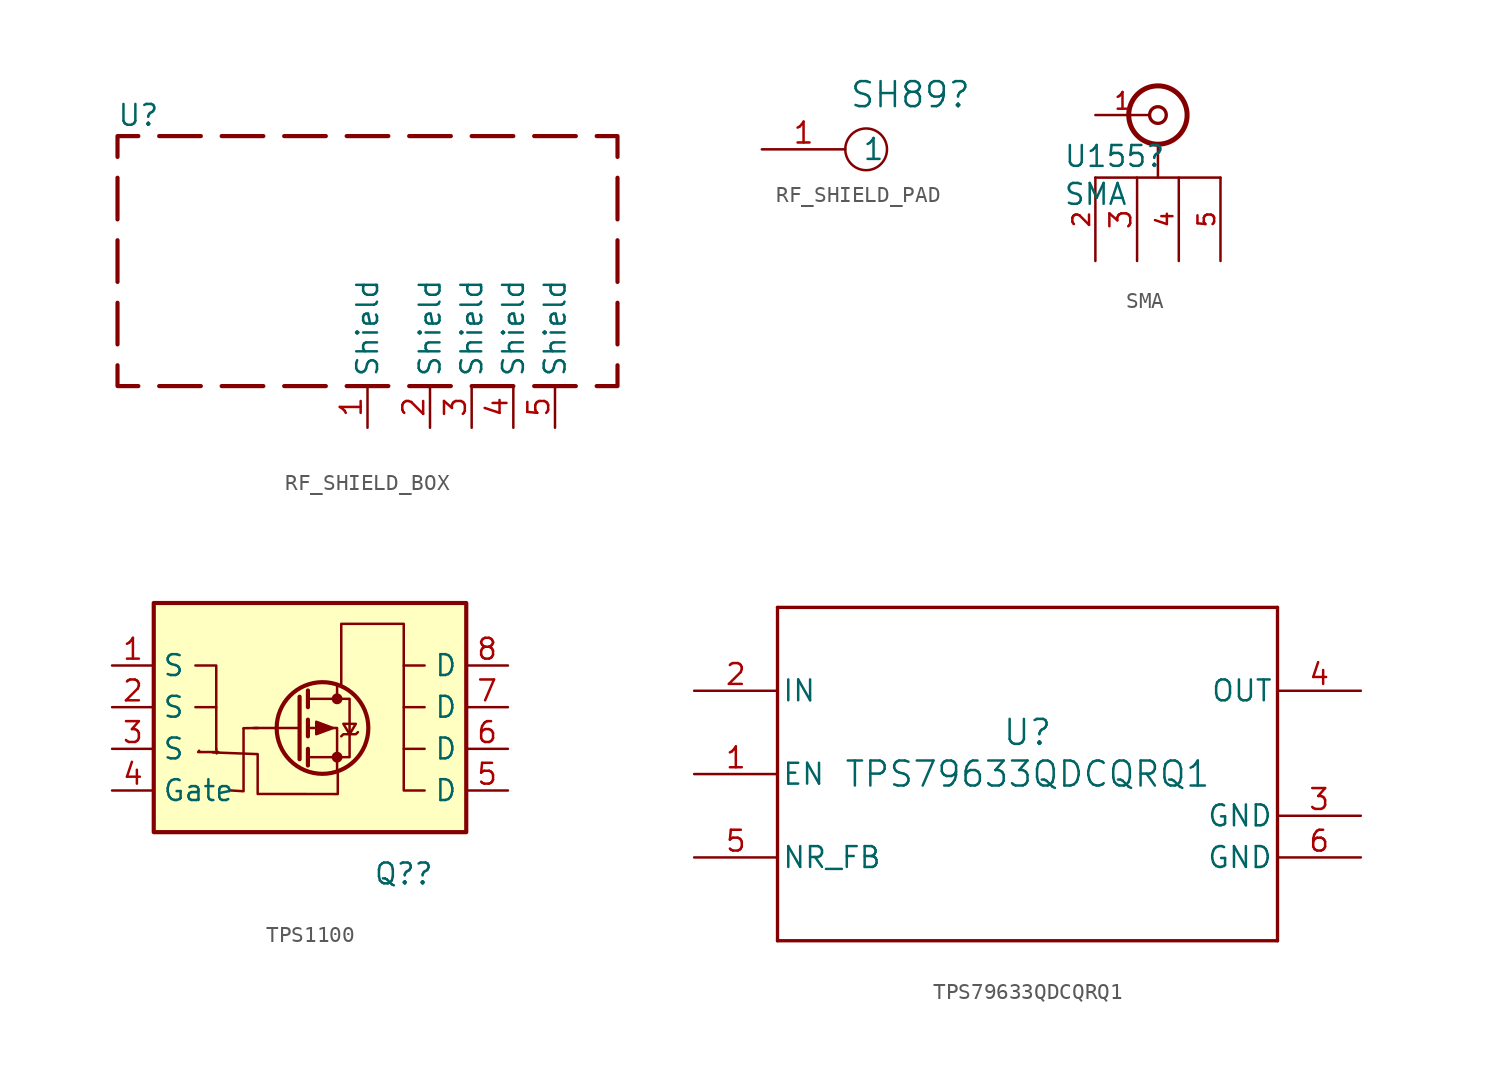
<source format=kicad_sym>
(kicad_symbol_lib
  (version 20241209)
  (generator "kicad_symbol_editor")
  (generator_version "9.0")
  (symbol "RF_SHIELD_BOX"
    (property "Reference" "U"
      (at -15.24 8.89 0)
      (effects (font (size 1.27 1.27))))
    (property "Value" ""
      (at -15.24 8.89 0)
      (effects (font (size 1.27 1.27))))
    (property "ki_locked" ""
      (at 0 0 0)
      (effects (font (size 1.27 1.27))))
    (symbol "RF_SHIELD_BOX_0_1"
      (polyline (pts (xy -16.51 6.35) (xy -16.51 7.62) (xy -15.24 7.62)) (stroke (width 0.254) (type default)) (fill (type none)))
      (polyline (pts (xy -16.51 2.54) (xy -16.51 5.08)) (stroke (width 0.254) (type default)) (fill (type none)))
      (polyline (pts (xy -16.51 -1.27) (xy -16.51 1.27)) (stroke (width 0.254) (type default)) (fill (type none)))
      (polyline (pts (xy -16.51 -5.08) (xy -16.51 -2.54)) (stroke (width 0.254) (type default)) (fill (type none)))
      (polyline (pts (xy -15.24 -7.62) (xy -16.51 -7.62) (xy -16.51 -6.35)) (stroke (width 0.254) (type default)) (fill (type none)))
      (polyline (pts (xy -13.97 7.62) (xy -11.43 7.62)) (stroke (width 0.254) (type default)) (fill (type none)))
      (polyline (pts (xy -11.43 -7.62) (xy -13.97 -7.62)) (stroke (width 0.254) (type default)) (fill (type none)))
      (polyline (pts (xy -7.62 7.62) (xy -10.16 7.62)) (stroke (width 0.254) (type default)) (fill (type none)))
      (polyline (pts (xy -7.62 -7.62) (xy -10.16 -7.62)) (stroke (width 0.254) (type default)) (fill (type none)))
      (polyline (pts (xy -3.81 7.62) (xy -6.35 7.62)) (stroke (width 0.254) (type default)) (fill (type none)))
      (polyline (pts (xy -3.81 -7.62) (xy -6.35 -7.62)) (stroke (width 0.254) (type default)) (fill (type none)))
      (polyline (pts (xy -2.54 -7.62) (xy 0 -7.62)) (stroke (width 0.254) (type default)) (fill (type none)))
      (polyline (pts (xy 0 7.62) (xy -2.54 7.62)) (stroke (width 0.254) (type default)) (fill (type none)))
      (polyline (pts (xy 1.27 -7.62) (xy 3.81 -7.62)) (stroke (width 0.254) (type default)) (fill (type none)))
      (polyline (pts (xy 3.81 7.62) (xy 1.27 7.62)) (stroke (width 0.254) (type default)) (fill (type none)))
      (polyline (pts (xy 5.08 -7.62) (xy 7.62 -7.62)) (stroke (width 0.254) (type default)) (fill (type none)))
      (polyline (pts (xy 7.62 7.62) (xy 5.08 7.62)) (stroke (width 0.254) (type default)) (fill (type none)))
      (polyline (pts (xy 8.89 -7.62) (xy 11.43 -7.62)) (stroke (width 0.254) (type default)) (fill (type none)))
      (polyline (pts (xy 11.43 7.62) (xy 8.89 7.62)) (stroke (width 0.254) (type default)) (fill (type none)))
      (polyline (pts (xy 12.7 -7.62) (xy 13.97 -7.62) (xy 13.97 -6.35)) (stroke (width 0.254) (type default)) (fill (type none)))
      (polyline (pts (xy 13.97 6.35) (xy 13.97 7.62) (xy 12.7 7.62)) (stroke (width 0.254) (type default)) (fill (type none)))
      (polyline (pts (xy 13.97 2.54) (xy 13.97 5.08)) (stroke (width 0.254) (type default)) (fill (type none)))
      (polyline (pts (xy 13.97 -1.27) (xy 13.97 1.27)) (stroke (width 0.254) (type default)) (fill (type none)))
      (polyline (pts (xy 13.97 -5.08) (xy 13.97 -2.54)) (stroke (width 0.254) (type default)) (fill (type none))))
    (symbol "RF_SHIELD_BOX_1_1"
      (pin power_in line (at -1.27 -10.16 90) (length 2.54) (name "Shield" (effects (font (size 1.27 1.27)))) (number "1" (effects (font (size 1.27 1.27)))))
      (pin power_in line (at 2.54 -10.16 90) (length 2.54) (name "Shield" (effects (font (size 1.27 1.27)))) (number "2" (effects (font (size 1.27 1.27)))))
      (pin power_in line (at 5.08 -10.16 90) (length 2.54) (name "Shield" (effects (font (size 1.27 1.27)))) (number "3" (effects (font (size 1.27 1.27)))))
      (pin power_in line (at 7.62 -10.16 90) (length 2.54) (name "Shield" (effects (font (size 1.27 1.27)))) (number "4" (effects (font (size 1.27 1.27)))))
      (pin power_in line (at 10.16 -10.16 90) (length 2.54) (name "Shield" (effects (font (size 1.27 1.27)))) (number "5" (effects (font (size 1.27 1.27)))))))
  (symbol "RF_SHIELD_PAD"
    (pin_names
      (offset 1.016))
    (property "Reference" "SH89"
      (at 2.692 3.327 0)
      (effects (font (size 1.524 1.524))))
    (symbol "RF_SHIELD_PAD_0_1"
      (circle (center 0 0) (radius 1.27) (stroke (width 0) (type default)) (fill (type none))))
    (symbol "RF_SHIELD_PAD_1_1"
      (pin input line (at -6.35 0 0) (length 5.08) (name "1" (effects (font (size 1.27 1.27)))) (number "1" (effects (font (size 1.27 1.27)))))))
  (symbol "SMA"
    (pin_names
      (offset 1.016)
      (hide yes))
    (property "Reference" "U155"
      (at -5.766 -2.515 0)
      (effects (font (size 1.27 1.27)) (justify left)))
    (property "Value" "SMA"
      (at -5.766 -4.826 0)
      (effects (font (size 1.27 1.27)) (justify left)))
    (property "Datasheet" ""
      (at 0 0 0)
      (effects (font (size 1.27 1.27))))
    (symbol "SMA_0_1"
      (polyline (pts (xy -3.81 -3.81) (xy 3.81 -3.81)) (stroke (width 0) (type default)) (fill (type none)))
      (circle (center 0 0) (radius 0.508) (stroke (width 0.203) (type default)) (fill (type none)))
      (circle (center 0 0) (radius 1.778) (stroke (width 0.305) (type default)) (fill (type none)))
      (polyline (pts (xy 0 -3.81) (xy 0 -1.778)) (stroke (width 0) (type default)) (fill (type none))))
    (symbol "SMA_1_1"
      (pin passive line (at -3.81 0 0) (length 3.302) (name "In" (effects (font (size 1.016 1.016)))) (number "1" (effects (font (size 1.016 1.016)))))
      (pin passive line (at -3.81 -8.89 90) (length 5.08) (name "Body" (effects (font (size 1.016 1.016)))) (number "2" (effects (font (size 1.016 1.016)))))
      (pin input line (at -1.27 -8.89 90) (length 5.08) (name "3" (effects (font (size 1.27 1.27)))) (number "3" (effects (font (size 1.27 1.27)))))
      (pin passive line (at 1.27 -8.89 90) (length 5.08) (name "4" (effects (font (size 1.016 1.016)))) (number "4" (effects (font (size 1.016 1.016)))))
      (pin passive line (at 3.81 -8.89 90) (length 5.08) (name "5" (effects (font (size 1.016 1.016)))) (number "5" (effects (font (size 1.016 1.016)))))))
  (symbol "TPS1100"
    (property "Reference" "Q?"
      (at 6.35 -8.89 0)
      (effects (font (size 1.27 1.27))))
    (property "Value" ""
      (at 1.016 0 0)
      (effects (font (size 1.27 1.27))))
    (symbol "TPS1100_0_1"
      (rectangle (start -8.89 7.62) (end 10.16 -6.35) (stroke (width 0.254) (type default)) (fill (type background)))
      (polyline (pts (xy -5.08 1.27) (xy -5.08 3.81) (xy -6.35 3.81)) (stroke (width 0) (type default)) (fill (type none)))
      (polyline (pts (xy -5.08 -1.27) (xy -5.08 1.27) (xy -6.35 1.27)) (stroke (width 0) (type default)) (fill (type none)))
      (polyline (pts (xy -5.08 -1.27) (xy -5.051 -1.549) (xy -5.031 -1.448)) (stroke (width 0) (type default)) (fill (type none)))
      (polyline (pts (xy -4.95 -1.468) (xy -6.184 -1.468) (xy -6.123 -1.387)) (stroke (width 0) (type default)) (fill (type none)))
      (polyline (pts (xy -3.416 -0.046) (xy -3.416 -3.856) (xy -4.242 -3.804)) (stroke (width 0) (type default)) (fill (type none)))
      (polyline (pts (xy -2.54 0) (xy -3.418 -0.012)) (stroke (width 0) (type default)) (fill (type none)))
      (polyline (pts (xy 0 1.905) (xy 0 -1.905)) (stroke (width 0.254) (type default)) (fill (type none)))
      (polyline (pts (xy 0 0) (xy -2.794 0)) (stroke (width 0) (type default)) (fill (type none)))
      (polyline (pts (xy 0.508 2.286) (xy 0.508 1.27)) (stroke (width 0.254) (type default)) (fill (type none)))
      (polyline (pts (xy 0.508 1.778) (xy 3.048 1.778) (xy 3.048 -1.778) (xy 0.508 -1.778)) (stroke (width 0) (type default)) (fill (type none)))
      (polyline (pts (xy 0.508 0.508) (xy 0.508 -0.508)) (stroke (width 0.254) (type default)) (fill (type none)))
      (polyline (pts (xy 0.508 -1.27) (xy 0.508 -2.286)) (stroke (width 0.254) (type default)) (fill (type none)))
      (circle (center 1.397 0) (radius 2.794) (stroke (width 0.254) (type default)) (fill (type none)))
      (polyline (pts (xy 2.032 0) (xy 1.016 0.381) (xy 1.016 -0.381) (xy 2.032 0)) (stroke (width 0) (type default)) (fill (type outline)))
      (polyline (pts (xy 2.286 2.54) (xy 2.286 1.778)) (stroke (width 0) (type default)) (fill (type none)))
      (circle (center 2.286 1.778) (radius 0.254) (stroke (width 0) (type default)) (fill (type outline)))
      (circle (center 2.286 -1.778) (radius 0.254) (stroke (width 0) (type default)) (fill (type outline)))
      (polyline (pts (xy 2.286 -2.54) (xy 2.286 0) (xy 0.508 0)) (stroke (width 0) (type default)) (fill (type none)))
      (polyline (pts (xy 2.329 -2.757) (xy 2.329 -4.027) (xy -2.555 -4.021) (xy -2.555 -1.592) (xy -5.292 -1.488)) (stroke (width 0) (type default)) (fill (type none)))
      (polyline (pts (xy 2.54 2.54) (xy 2.54 6.35) (xy 6.35 6.35) (xy 6.35 -3.81) (xy 7.62 -3.81)) (stroke (width 0) (type default)) (fill (type none)))
      (polyline (pts (xy 2.54 -0.508) (xy 2.667 -0.381) (xy 3.429 -0.381) (xy 3.556 -0.254)) (stroke (width 0) (type default)) (fill (type none)))
      (polyline (pts (xy 3.048 -0.381) (xy 2.667 0.254) (xy 3.429 0.254) (xy 3.048 -0.381)) (stroke (width 0) (type default)) (fill (type none)))
      (polyline (pts (xy 6.35 3.81) (xy 7.62 3.81)) (stroke (width 0) (type default)) (fill (type none)))
      (polyline (pts (xy 6.35 1.27) (xy 7.62 1.27)) (stroke (width 0) (type default)) (fill (type none)))
      (polyline (pts (xy 6.35 -1.27) (xy 7.62 -1.27)) (stroke (width 0) (type default)) (fill (type none))))
    (symbol "TPS1100_1_1"
      (pin passive line (at -11.43 3.81 0) (length 2.54) (name "S" (effects (font (size 1.27 1.27)))) (number "1" (effects (font (size 1.27 1.27)))))
      (pin passive line (at -11.43 1.27 0) (length 2.54) (name "S" (effects (font (size 1.27 1.27)))) (number "2" (effects (font (size 1.27 1.27)))))
      (pin passive line (at -11.43 -1.27 0) (length 2.54) (name "S" (effects (font (size 1.27 1.27)))) (number "3" (effects (font (size 1.27 1.27)))))
      (pin input line (at -11.43 -3.81 0) (length 2.54) (name "Gate" (effects (font (size 1.27 1.27)))) (number "4" (effects (font (size 1.27 1.27)))))
      (pin passive line (at 12.7 3.81 180) (length 2.54) (name "D" (effects (font (size 1.27 1.27)))) (number "8" (effects (font (size 1.27 1.27)))))
      (pin passive line (at 12.7 1.27 180) (length 2.54) (name "D" (effects (font (size 1.27 1.27)))) (number "7" (effects (font (size 1.27 1.27)))))
      (pin passive line (at 12.7 -1.27 180) (length 2.54) (name "D" (effects (font (size 1.27 1.27)))) (number "6" (effects (font (size 1.27 1.27)))))
      (pin passive line (at 12.7 -3.81 180) (length 2.54) (name "D" (effects (font (size 1.27 1.27)))) (number "5" (effects (font (size 1.27 1.27)))))))
  (symbol "TPS79633QDCQRQ1"
    (pin_names
      (offset 0.254))
    (property "Reference" "U"
      (at 0 2.54 0)
      (effects (font (size 1.524 1.524))))
    (property "Value" "TPS79633QDCQRQ1"
      (at 0 0 0)
      (effects (font (size 1.524 1.524))))
    (symbol "TPS79633QDCQRQ1_0_1"
      (polyline (pts (xy -15.24 10.16) (xy -15.24 -10.16)) (stroke (width 0.203) (type default)) (fill (type none)))
      (polyline (pts (xy -15.24 -10.16) (xy 15.24 -10.16)) (stroke (width 0.203) (type default)) (fill (type none)))
      (polyline (pts (xy 15.24 10.16) (xy -15.24 10.16)) (stroke (width 0.203) (type default)) (fill (type none)))
      (polyline (pts (xy 15.24 -10.16) (xy 15.24 10.16)) (stroke (width 0.203) (type default)) (fill (type none)))
      (pin power_in line (at -20.32 5.08 0) (length 5.08) (name "IN" (effects (font (size 1.27 1.27)))) (number "2" (effects (font (size 1.27 1.27)))))
      (pin input line (at -20.32 0 0) (length 5.08) (name "EN" (effects (font (size 1.27 1.27)))) (number "1" (effects (font (size 1.27 1.27)))))
      (pin unspecified line (at -20.32 -5.08 0) (length 5.08) (name "NR_FB" (effects (font (size 1.27 1.27)))) (number "5" (effects (font (size 1.27 1.27)))))
      (pin power_out line (at 20.32 5.08 180) (length 5.08) (name "OUT" (effects (font (size 1.27 1.27)))) (number "4" (effects (font (size 1.27 1.27)))))
      (pin power_in line (at 20.32 -2.54 180) (length 5.08) (name "GND" (effects (font (size 1.27 1.27)))) (number "3" (effects (font (size 1.27 1.27)))))
      (pin power_in line (at 20.32 -5.08 180) (length 5.08) (name "GND" (effects (font (size 1.27 1.27)))) (number "6" (effects (font (size 1.27 1.27))))))))
</source>
